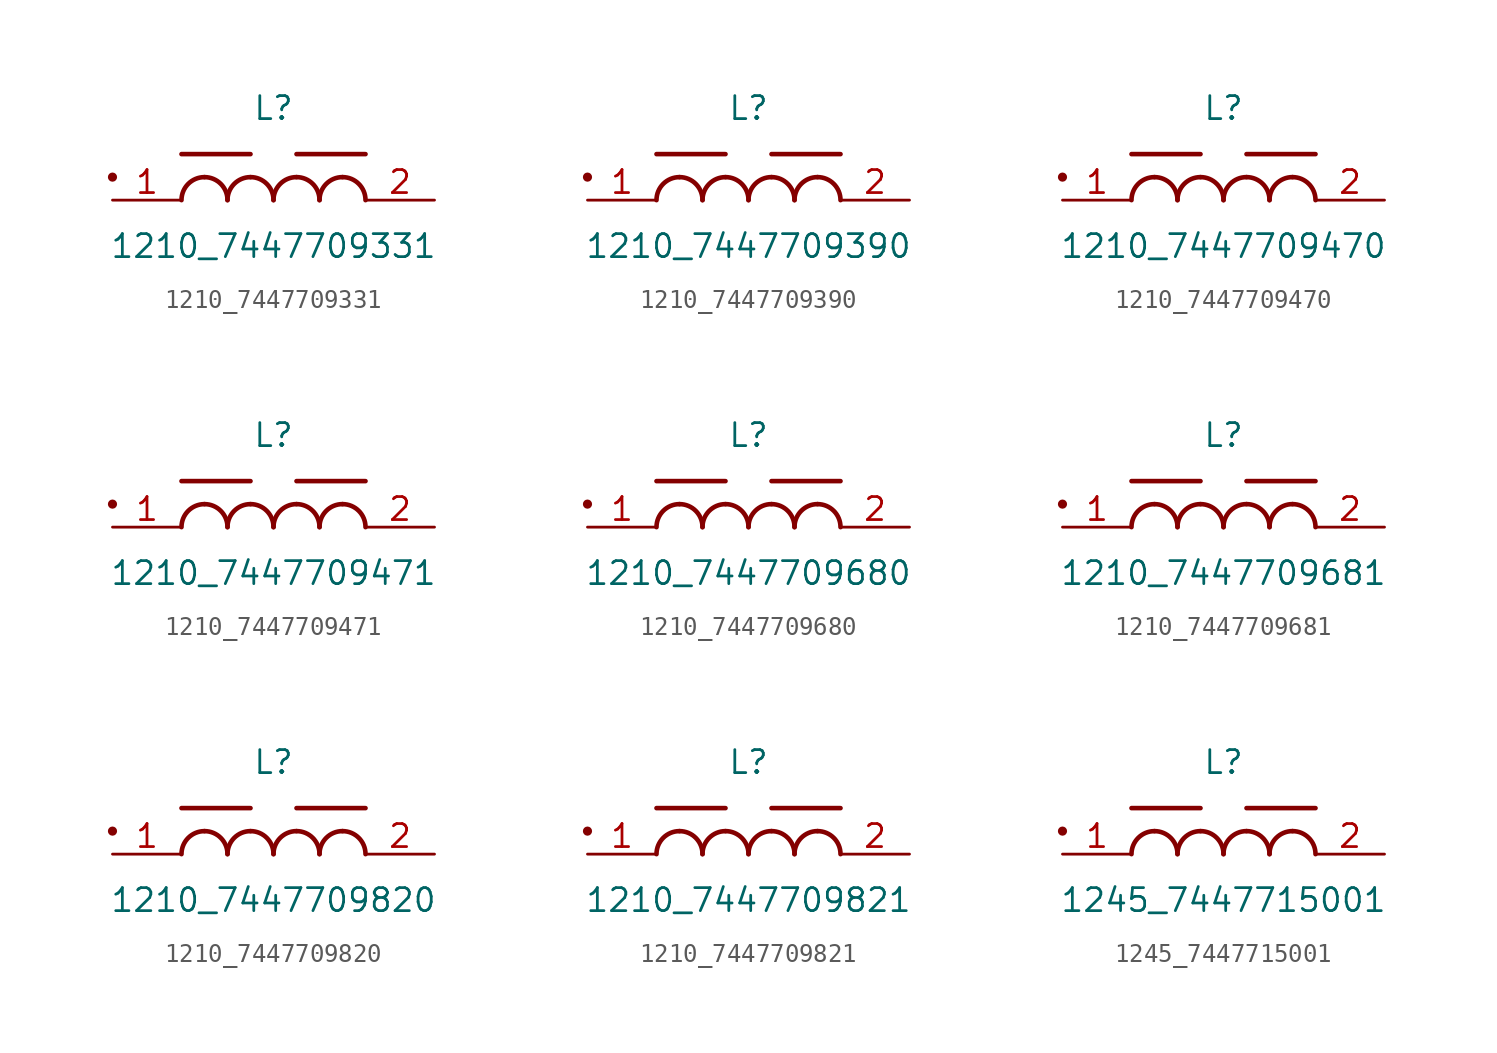
<source format=kicad_sym>
(kicad_symbol_lib
  (version 20211014)
  (generator kicad_symbol_editor)
  (symbol "Inductor_Wurth_WE-PD:1210_7447709331"
    (pin_names hide)
    (property "Reference" "L"
      (at 0 5.08 0)
      (effects (font (size 1.27 1.27))))
    (property "Value" "1210_7447709331"
      (at 0 -2.54 0)
      (effects (font (size 1.27 1.27))))
    (symbol "1210_7447709331_0_1"
      (circle (center -8.89 1.27) (radius 0.0001) (stroke (width 0.254)) (stroke (width 0.254) (type default) (color 0 0 0 0)) (fill (type none)))
      (arc (start -3.81 1.27) (mid -4.708 0.898) (end -5.08 0) (stroke (width 0.254) (type default) (color 0 0 0 0)) (fill (type none)))
      (arc (start -2.54 0) (mid -2.912 0.898) (end -3.81 1.27) (stroke (width 0.254) (type default) (color 0 0 0 0)) (fill (type none)))
      (arc (start -1.2699 1.2701) (mid -2.1679 0.8981) (end -2.5399 0.0001) (stroke (width 0.254) (type default) (color 0 0 0 0)) (fill (type none)))
      (polyline (pts (xy -5.08 2.54) (xy -1.27 2.54)) (stroke (width 0.254) (type default) (color 0 0 0 0)) (fill (type none)))
      (polyline (pts (xy 5.08 2.54) (xy 1.27 2.54)) (stroke (width 0.254) (type default) (color 0 0 0 0)) (fill (type none)))
      (arc (start 0.0001 0.0001) (mid -0.3719 0.8981) (end -1.2699 1.2701) (stroke (width 0.254) (type default) (color 0 0 0 0)) (fill (type none)))
      (arc (start 1.2701 1.2701) (mid 0.3721 0.8981) (end 0.0001 0.0001) (stroke (width 0.254) (type default) (color 0 0 0 0)) (fill (type none)))
      (arc (start 2.5401 0.0001) (mid 2.1681 0.8981) (end 1.2701 1.2701) (stroke (width 0.254) (type default) (color 0 0 0 0)) (fill (type none)))
      (arc (start 3.8101 1.2701) (mid 2.9121 0.8981) (end 2.5401 0.0001) (stroke (width 0.254) (type default) (color 0 0 0 0)) (fill (type none)))
      (arc (start 5.0801 0.0001) (mid 4.7081 0.8981) (end 3.8101 1.2701) (stroke (width 0.254) (type default) (color 0 0 0 0)) (fill (type none))))
    (symbol "1210_7447709331_1_1"
      (pin passive line (at -8.89 0 0) (length 3.81) (name "1" (effects (font (size 1.27 1.27)))) (number "1" (effects (font (size 1.27 1.27)))))
      (pin passive line (at 8.89 0 180) (length 3.81) (name "2" (effects (font (size 1.27 1.27)))) (number "2" (effects (font (size 1.27 1.27)))))))
  (symbol "Inductor_Wurth_WE-PD:1210_7447709390"
    (pin_names hide)
    (property "Reference" "L"
      (at 0 5.08 0)
      (effects (font (size 1.27 1.27))))
    (property "Value" "1210_7447709390"
      (at 0 -2.54 0)
      (effects (font (size 1.27 1.27))))
    (symbol "1210_7447709390_0_1"
      (circle (center -8.89 1.27) (radius 0.0001) (stroke (width 0.254)) (stroke (width 0.254) (type default) (color 0 0 0 0)) (fill (type none)))
      (arc (start -3.81 1.27) (mid -4.708 0.898) (end -5.08 0) (stroke (width 0.254) (type default) (color 0 0 0 0)) (fill (type none)))
      (arc (start -2.54 0) (mid -2.912 0.898) (end -3.81 1.27) (stroke (width 0.254) (type default) (color 0 0 0 0)) (fill (type none)))
      (arc (start -1.2699 1.2701) (mid -2.1679 0.8981) (end -2.5399 0.0001) (stroke (width 0.254) (type default) (color 0 0 0 0)) (fill (type none)))
      (polyline (pts (xy -5.08 2.54) (xy -1.27 2.54)) (stroke (width 0.254) (type default) (color 0 0 0 0)) (fill (type none)))
      (polyline (pts (xy 5.08 2.54) (xy 1.27 2.54)) (stroke (width 0.254) (type default) (color 0 0 0 0)) (fill (type none)))
      (arc (start 0.0001 0.0001) (mid -0.3719 0.8981) (end -1.2699 1.2701) (stroke (width 0.254) (type default) (color 0 0 0 0)) (fill (type none)))
      (arc (start 1.2701 1.2701) (mid 0.3721 0.8981) (end 0.0001 0.0001) (stroke (width 0.254) (type default) (color 0 0 0 0)) (fill (type none)))
      (arc (start 2.5401 0.0001) (mid 2.1681 0.8981) (end 1.2701 1.2701) (stroke (width 0.254) (type default) (color 0 0 0 0)) (fill (type none)))
      (arc (start 3.8101 1.2701) (mid 2.9121 0.8981) (end 2.5401 0.0001) (stroke (width 0.254) (type default) (color 0 0 0 0)) (fill (type none)))
      (arc (start 5.0801 0.0001) (mid 4.7081 0.8981) (end 3.8101 1.2701) (stroke (width 0.254) (type default) (color 0 0 0 0)) (fill (type none))))
    (symbol "1210_7447709390_1_1"
      (pin passive line (at -8.89 0 0) (length 3.81) (name "1" (effects (font (size 1.27 1.27)))) (number "1" (effects (font (size 1.27 1.27)))))
      (pin passive line (at 8.89 0 180) (length 3.81) (name "2" (effects (font (size 1.27 1.27)))) (number "2" (effects (font (size 1.27 1.27)))))))
  (symbol "Inductor_Wurth_WE-PD:1210_7447709470"
    (pin_names hide)
    (property "Reference" "L"
      (at 0 5.08 0)
      (effects (font (size 1.27 1.27))))
    (property "Value" "1210_7447709470"
      (at 0 -2.54 0)
      (effects (font (size 1.27 1.27))))
    (symbol "1210_7447709470_0_1"
      (circle (center -8.89 1.27) (radius 0.0001) (stroke (width 0.254)) (stroke (width 0.254) (type default) (color 0 0 0 0)) (fill (type none)))
      (arc (start -3.81 1.27) (mid -4.708 0.898) (end -5.08 0) (stroke (width 0.254) (type default) (color 0 0 0 0)) (fill (type none)))
      (arc (start -2.54 0) (mid -2.912 0.898) (end -3.81 1.27) (stroke (width 0.254) (type default) (color 0 0 0 0)) (fill (type none)))
      (arc (start -1.2699 1.2701) (mid -2.1679 0.8981) (end -2.5399 0.0001) (stroke (width 0.254) (type default) (color 0 0 0 0)) (fill (type none)))
      (polyline (pts (xy -5.08 2.54) (xy -1.27 2.54)) (stroke (width 0.254) (type default) (color 0 0 0 0)) (fill (type none)))
      (polyline (pts (xy 5.08 2.54) (xy 1.27 2.54)) (stroke (width 0.254) (type default) (color 0 0 0 0)) (fill (type none)))
      (arc (start 0.0001 0.0001) (mid -0.3719 0.8981) (end -1.2699 1.2701) (stroke (width 0.254) (type default) (color 0 0 0 0)) (fill (type none)))
      (arc (start 1.2701 1.2701) (mid 0.3721 0.8981) (end 0.0001 0.0001) (stroke (width 0.254) (type default) (color 0 0 0 0)) (fill (type none)))
      (arc (start 2.5401 0.0001) (mid 2.1681 0.8981) (end 1.2701 1.2701) (stroke (width 0.254) (type default) (color 0 0 0 0)) (fill (type none)))
      (arc (start 3.8101 1.2701) (mid 2.9121 0.8981) (end 2.5401 0.0001) (stroke (width 0.254) (type default) (color 0 0 0 0)) (fill (type none)))
      (arc (start 5.0801 0.0001) (mid 4.7081 0.8981) (end 3.8101 1.2701) (stroke (width 0.254) (type default) (color 0 0 0 0)) (fill (type none))))
    (symbol "1210_7447709470_1_1"
      (pin passive line (at -8.89 0 0) (length 3.81) (name "1" (effects (font (size 1.27 1.27)))) (number "1" (effects (font (size 1.27 1.27)))))
      (pin passive line (at 8.89 0 180) (length 3.81) (name "2" (effects (font (size 1.27 1.27)))) (number "2" (effects (font (size 1.27 1.27)))))))
  (symbol "Inductor_Wurth_WE-PD:1210_7447709471"
    (pin_names hide)
    (property "Reference" "L"
      (at 0 5.08 0)
      (effects (font (size 1.27 1.27))))
    (property "Value" "1210_7447709471"
      (at 0 -2.54 0)
      (effects (font (size 1.27 1.27))))
    (symbol "1210_7447709471_0_1"
      (circle (center -8.89 1.27) (radius 0.0001) (stroke (width 0.254)) (stroke (width 0.254) (type default) (color 0 0 0 0)) (fill (type none)))
      (arc (start -3.81 1.27) (mid -4.708 0.898) (end -5.08 0) (stroke (width 0.254) (type default) (color 0 0 0 0)) (fill (type none)))
      (arc (start -2.54 0) (mid -2.912 0.898) (end -3.81 1.27) (stroke (width 0.254) (type default) (color 0 0 0 0)) (fill (type none)))
      (arc (start -1.2699 1.2701) (mid -2.1679 0.8981) (end -2.5399 0.0001) (stroke (width 0.254) (type default) (color 0 0 0 0)) (fill (type none)))
      (polyline (pts (xy -5.08 2.54) (xy -1.27 2.54)) (stroke (width 0.254) (type default) (color 0 0 0 0)) (fill (type none)))
      (polyline (pts (xy 5.08 2.54) (xy 1.27 2.54)) (stroke (width 0.254) (type default) (color 0 0 0 0)) (fill (type none)))
      (arc (start 0.0001 0.0001) (mid -0.3719 0.8981) (end -1.2699 1.2701) (stroke (width 0.254) (type default) (color 0 0 0 0)) (fill (type none)))
      (arc (start 1.2701 1.2701) (mid 0.3721 0.8981) (end 0.0001 0.0001) (stroke (width 0.254) (type default) (color 0 0 0 0)) (fill (type none)))
      (arc (start 2.5401 0.0001) (mid 2.1681 0.8981) (end 1.2701 1.2701) (stroke (width 0.254) (type default) (color 0 0 0 0)) (fill (type none)))
      (arc (start 3.8101 1.2701) (mid 2.9121 0.8981) (end 2.5401 0.0001) (stroke (width 0.254) (type default) (color 0 0 0 0)) (fill (type none)))
      (arc (start 5.0801 0.0001) (mid 4.7081 0.8981) (end 3.8101 1.2701) (stroke (width 0.254) (type default) (color 0 0 0 0)) (fill (type none))))
    (symbol "1210_7447709471_1_1"
      (pin passive line (at -8.89 0 0) (length 3.81) (name "1" (effects (font (size 1.27 1.27)))) (number "1" (effects (font (size 1.27 1.27)))))
      (pin passive line (at 8.89 0 180) (length 3.81) (name "2" (effects (font (size 1.27 1.27)))) (number "2" (effects (font (size 1.27 1.27)))))))
  (symbol "Inductor_Wurth_WE-PD:1210_7447709680"
    (pin_names hide)
    (property "Reference" "L"
      (at 0 5.08 0)
      (effects (font (size 1.27 1.27))))
    (property "Value" "1210_7447709680"
      (at 0 -2.54 0)
      (effects (font (size 1.27 1.27))))
    (symbol "1210_7447709680_0_1"
      (circle (center -8.89 1.27) (radius 0.0001) (stroke (width 0.254)) (stroke (width 0.254) (type default) (color 0 0 0 0)) (fill (type none)))
      (arc (start -3.81 1.27) (mid -4.708 0.898) (end -5.08 0) (stroke (width 0.254) (type default) (color 0 0 0 0)) (fill (type none)))
      (arc (start -2.54 0) (mid -2.912 0.898) (end -3.81 1.27) (stroke (width 0.254) (type default) (color 0 0 0 0)) (fill (type none)))
      (arc (start -1.2699 1.2701) (mid -2.1679 0.8981) (end -2.5399 0.0001) (stroke (width 0.254) (type default) (color 0 0 0 0)) (fill (type none)))
      (polyline (pts (xy -5.08 2.54) (xy -1.27 2.54)) (stroke (width 0.254) (type default) (color 0 0 0 0)) (fill (type none)))
      (polyline (pts (xy 5.08 2.54) (xy 1.27 2.54)) (stroke (width 0.254) (type default) (color 0 0 0 0)) (fill (type none)))
      (arc (start 0.0001 0.0001) (mid -0.3719 0.8981) (end -1.2699 1.2701) (stroke (width 0.254) (type default) (color 0 0 0 0)) (fill (type none)))
      (arc (start 1.2701 1.2701) (mid 0.3721 0.8981) (end 0.0001 0.0001) (stroke (width 0.254) (type default) (color 0 0 0 0)) (fill (type none)))
      (arc (start 2.5401 0.0001) (mid 2.1681 0.8981) (end 1.2701 1.2701) (stroke (width 0.254) (type default) (color 0 0 0 0)) (fill (type none)))
      (arc (start 3.8101 1.2701) (mid 2.9121 0.8981) (end 2.5401 0.0001) (stroke (width 0.254) (type default) (color 0 0 0 0)) (fill (type none)))
      (arc (start 5.0801 0.0001) (mid 4.7081 0.8981) (end 3.8101 1.2701) (stroke (width 0.254) (type default) (color 0 0 0 0)) (fill (type none))))
    (symbol "1210_7447709680_1_1"
      (pin passive line (at -8.89 0 0) (length 3.81) (name "1" (effects (font (size 1.27 1.27)))) (number "1" (effects (font (size 1.27 1.27)))))
      (pin passive line (at 8.89 0 180) (length 3.81) (name "2" (effects (font (size 1.27 1.27)))) (number "2" (effects (font (size 1.27 1.27)))))))
  (symbol "Inductor_Wurth_WE-PD:1210_7447709681"
    (pin_names hide)
    (property "Reference" "L"
      (at 0 5.08 0)
      (effects (font (size 1.27 1.27))))
    (property "Value" "1210_7447709681"
      (at 0 -2.54 0)
      (effects (font (size 1.27 1.27))))
    (symbol "1210_7447709681_0_1"
      (circle (center -8.89 1.27) (radius 0.0001) (stroke (width 0.254)) (stroke (width 0.254) (type default) (color 0 0 0 0)) (fill (type none)))
      (arc (start -3.81 1.27) (mid -4.708 0.898) (end -5.08 0) (stroke (width 0.254) (type default) (color 0 0 0 0)) (fill (type none)))
      (arc (start -2.54 0) (mid -2.912 0.898) (end -3.81 1.27) (stroke (width 0.254) (type default) (color 0 0 0 0)) (fill (type none)))
      (arc (start -1.2699 1.2701) (mid -2.1679 0.8981) (end -2.5399 0.0001) (stroke (width 0.254) (type default) (color 0 0 0 0)) (fill (type none)))
      (polyline (pts (xy -5.08 2.54) (xy -1.27 2.54)) (stroke (width 0.254) (type default) (color 0 0 0 0)) (fill (type none)))
      (polyline (pts (xy 5.08 2.54) (xy 1.27 2.54)) (stroke (width 0.254) (type default) (color 0 0 0 0)) (fill (type none)))
      (arc (start 0.0001 0.0001) (mid -0.3719 0.8981) (end -1.2699 1.2701) (stroke (width 0.254) (type default) (color 0 0 0 0)) (fill (type none)))
      (arc (start 1.2701 1.2701) (mid 0.3721 0.8981) (end 0.0001 0.0001) (stroke (width 0.254) (type default) (color 0 0 0 0)) (fill (type none)))
      (arc (start 2.5401 0.0001) (mid 2.1681 0.8981) (end 1.2701 1.2701) (stroke (width 0.254) (type default) (color 0 0 0 0)) (fill (type none)))
      (arc (start 3.8101 1.2701) (mid 2.9121 0.8981) (end 2.5401 0.0001) (stroke (width 0.254) (type default) (color 0 0 0 0)) (fill (type none)))
      (arc (start 5.0801 0.0001) (mid 4.7081 0.8981) (end 3.8101 1.2701) (stroke (width 0.254) (type default) (color 0 0 0 0)) (fill (type none))))
    (symbol "1210_7447709681_1_1"
      (pin passive line (at -8.89 0 0) (length 3.81) (name "1" (effects (font (size 1.27 1.27)))) (number "1" (effects (font (size 1.27 1.27)))))
      (pin passive line (at 8.89 0 180) (length 3.81) (name "2" (effects (font (size 1.27 1.27)))) (number "2" (effects (font (size 1.27 1.27)))))))
  (symbol "Inductor_Wurth_WE-PD:1210_7447709820"
    (pin_names hide)
    (property "Reference" "L"
      (at 0 5.08 0)
      (effects (font (size 1.27 1.27))))
    (property "Value" "1210_7447709820"
      (at 0 -2.54 0)
      (effects (font (size 1.27 1.27))))
    (symbol "1210_7447709820_0_1"
      (circle (center -8.89 1.27) (radius 0.0001) (stroke (width 0.254)) (stroke (width 0.254) (type default) (color 0 0 0 0)) (fill (type none)))
      (arc (start -3.81 1.27) (mid -4.708 0.898) (end -5.08 0) (stroke (width 0.254) (type default) (color 0 0 0 0)) (fill (type none)))
      (arc (start -2.54 0) (mid -2.912 0.898) (end -3.81 1.27) (stroke (width 0.254) (type default) (color 0 0 0 0)) (fill (type none)))
      (arc (start -1.2699 1.2701) (mid -2.1679 0.8981) (end -2.5399 0.0001) (stroke (width 0.254) (type default) (color 0 0 0 0)) (fill (type none)))
      (polyline (pts (xy -5.08 2.54) (xy -1.27 2.54)) (stroke (width 0.254) (type default) (color 0 0 0 0)) (fill (type none)))
      (polyline (pts (xy 5.08 2.54) (xy 1.27 2.54)) (stroke (width 0.254) (type default) (color 0 0 0 0)) (fill (type none)))
      (arc (start 0.0001 0.0001) (mid -0.3719 0.8981) (end -1.2699 1.2701) (stroke (width 0.254) (type default) (color 0 0 0 0)) (fill (type none)))
      (arc (start 1.2701 1.2701) (mid 0.3721 0.8981) (end 0.0001 0.0001) (stroke (width 0.254) (type default) (color 0 0 0 0)) (fill (type none)))
      (arc (start 2.5401 0.0001) (mid 2.1681 0.8981) (end 1.2701 1.2701) (stroke (width 0.254) (type default) (color 0 0 0 0)) (fill (type none)))
      (arc (start 3.8101 1.2701) (mid 2.9121 0.8981) (end 2.5401 0.0001) (stroke (width 0.254) (type default) (color 0 0 0 0)) (fill (type none)))
      (arc (start 5.0801 0.0001) (mid 4.7081 0.8981) (end 3.8101 1.2701) (stroke (width 0.254) (type default) (color 0 0 0 0)) (fill (type none))))
    (symbol "1210_7447709820_1_1"
      (pin passive line (at -8.89 0 0) (length 3.81) (name "1" (effects (font (size 1.27 1.27)))) (number "1" (effects (font (size 1.27 1.27)))))
      (pin passive line (at 8.89 0 180) (length 3.81) (name "2" (effects (font (size 1.27 1.27)))) (number "2" (effects (font (size 1.27 1.27)))))))
  (symbol "Inductor_Wurth_WE-PD:1210_7447709821"
    (pin_names hide)
    (property "Reference" "L"
      (at 0 5.08 0)
      (effects (font (size 1.27 1.27))))
    (property "Value" "1210_7447709821"
      (at 0 -2.54 0)
      (effects (font (size 1.27 1.27))))
    (symbol "1210_7447709821_0_1"
      (circle (center -8.89 1.27) (radius 0.0001) (stroke (width 0.254)) (stroke (width 0.254) (type default) (color 0 0 0 0)) (fill (type none)))
      (arc (start -3.81 1.27) (mid -4.708 0.898) (end -5.08 0) (stroke (width 0.254) (type default) (color 0 0 0 0)) (fill (type none)))
      (arc (start -2.54 0) (mid -2.912 0.898) (end -3.81 1.27) (stroke (width 0.254) (type default) (color 0 0 0 0)) (fill (type none)))
      (arc (start -1.2699 1.2701) (mid -2.1679 0.8981) (end -2.5399 0.0001) (stroke (width 0.254) (type default) (color 0 0 0 0)) (fill (type none)))
      (polyline (pts (xy -5.08 2.54) (xy -1.27 2.54)) (stroke (width 0.254) (type default) (color 0 0 0 0)) (fill (type none)))
      (polyline (pts (xy 5.08 2.54) (xy 1.27 2.54)) (stroke (width 0.254) (type default) (color 0 0 0 0)) (fill (type none)))
      (arc (start 0.0001 0.0001) (mid -0.3719 0.8981) (end -1.2699 1.2701) (stroke (width 0.254) (type default) (color 0 0 0 0)) (fill (type none)))
      (arc (start 1.2701 1.2701) (mid 0.3721 0.8981) (end 0.0001 0.0001) (stroke (width 0.254) (type default) (color 0 0 0 0)) (fill (type none)))
      (arc (start 2.5401 0.0001) (mid 2.1681 0.8981) (end 1.2701 1.2701) (stroke (width 0.254) (type default) (color 0 0 0 0)) (fill (type none)))
      (arc (start 3.8101 1.2701) (mid 2.9121 0.8981) (end 2.5401 0.0001) (stroke (width 0.254) (type default) (color 0 0 0 0)) (fill (type none)))
      (arc (start 5.0801 0.0001) (mid 4.7081 0.8981) (end 3.8101 1.2701) (stroke (width 0.254) (type default) (color 0 0 0 0)) (fill (type none))))
    (symbol "1210_7447709821_1_1"
      (pin passive line (at -8.89 0 0) (length 3.81) (name "1" (effects (font (size 1.27 1.27)))) (number "1" (effects (font (size 1.27 1.27)))))
      (pin passive line (at 8.89 0 180) (length 3.81) (name "2" (effects (font (size 1.27 1.27)))) (number "2" (effects (font (size 1.27 1.27)))))))
  (symbol "Inductor_Wurth_WE-PD:1245_7447715001"
    (pin_names hide)
    (property "Reference" "L"
      (at 0 5.08 0)
      (effects (font (size 1.27 1.27))))
    (property "Value" "1245_7447715001"
      (at 0 -2.54 0)
      (effects (font (size 1.27 1.27))))
    (symbol "1245_7447715001_0_1"
      (circle (center -8.89 1.27) (radius 0.0001) (stroke (width 0.254)) (stroke (width 0.254) (type default) (color 0 0 0 0)) (fill (type none)))
      (arc (start -3.81 1.27) (mid -4.708 0.898) (end -5.08 0) (stroke (width 0.254) (type default) (color 0 0 0 0)) (fill (type none)))
      (arc (start -2.54 0) (mid -2.912 0.898) (end -3.81 1.27) (stroke (width 0.254) (type default) (color 0 0 0 0)) (fill (type none)))
      (arc (start -1.2699 1.2701) (mid -2.1679 0.8981) (end -2.5399 0.0001) (stroke (width 0.254) (type default) (color 0 0 0 0)) (fill (type none)))
      (polyline (pts (xy -5.08 2.54) (xy -1.27 2.54)) (stroke (width 0.254) (type default) (color 0 0 0 0)) (fill (type none)))
      (polyline (pts (xy 5.08 2.54) (xy 1.27 2.54)) (stroke (width 0.254) (type default) (color 0 0 0 0)) (fill (type none)))
      (arc (start 0.0001 0.0001) (mid -0.3719 0.8981) (end -1.2699 1.2701) (stroke (width 0.254) (type default) (color 0 0 0 0)) (fill (type none)))
      (arc (start 1.2701 1.2701) (mid 0.3721 0.8981) (end 0.0001 0.0001) (stroke (width 0.254) (type default) (color 0 0 0 0)) (fill (type none)))
      (arc (start 2.5401 0.0001) (mid 2.1681 0.8981) (end 1.2701 1.2701) (stroke (width 0.254) (type default) (color 0 0 0 0)) (fill (type none)))
      (arc (start 3.8101 1.2701) (mid 2.9121 0.8981) (end 2.5401 0.0001) (stroke (width 0.254) (type default) (color 0 0 0 0)) (fill (type none)))
      (arc (start 5.0801 0.0001) (mid 4.7081 0.8981) (end 3.8101 1.2701) (stroke (width 0.254) (type default) (color 0 0 0 0)) (fill (type none))))
    (symbol "1245_7447715001_1_1"
      (pin passive line (at -8.89 0 0) (length 3.81) (name "1" (effects (font (size 1.27 1.27)))) (number "1" (effects (font (size 1.27 1.27)))))
      (pin passive line (at 8.89 0 180) (length 3.81) (name "2" (effects (font (size 1.27 1.27)))) (number "2" (effects (font (size 1.27 1.27))))))))
</source>
